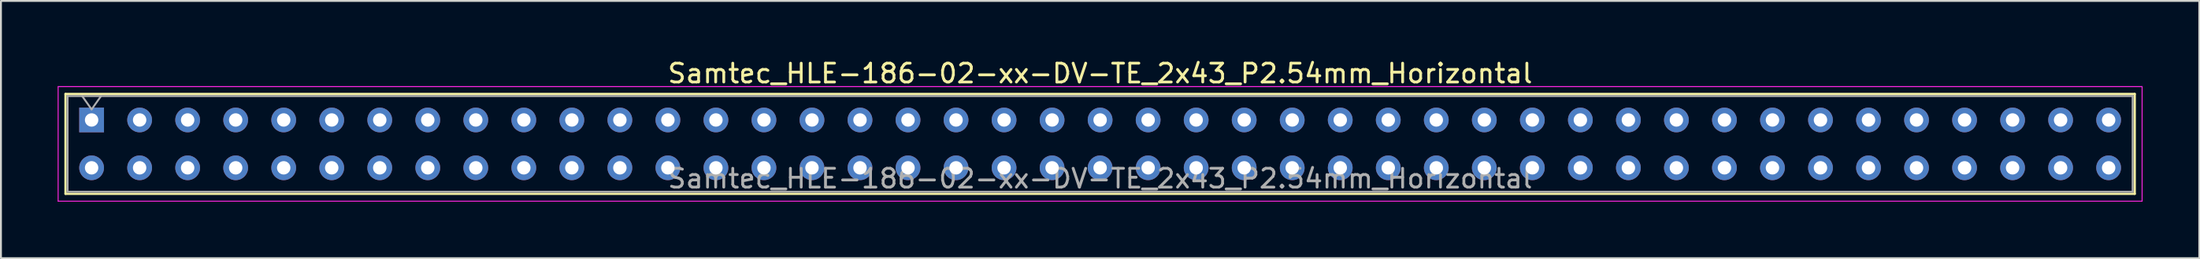
<source format=kicad_pcb>
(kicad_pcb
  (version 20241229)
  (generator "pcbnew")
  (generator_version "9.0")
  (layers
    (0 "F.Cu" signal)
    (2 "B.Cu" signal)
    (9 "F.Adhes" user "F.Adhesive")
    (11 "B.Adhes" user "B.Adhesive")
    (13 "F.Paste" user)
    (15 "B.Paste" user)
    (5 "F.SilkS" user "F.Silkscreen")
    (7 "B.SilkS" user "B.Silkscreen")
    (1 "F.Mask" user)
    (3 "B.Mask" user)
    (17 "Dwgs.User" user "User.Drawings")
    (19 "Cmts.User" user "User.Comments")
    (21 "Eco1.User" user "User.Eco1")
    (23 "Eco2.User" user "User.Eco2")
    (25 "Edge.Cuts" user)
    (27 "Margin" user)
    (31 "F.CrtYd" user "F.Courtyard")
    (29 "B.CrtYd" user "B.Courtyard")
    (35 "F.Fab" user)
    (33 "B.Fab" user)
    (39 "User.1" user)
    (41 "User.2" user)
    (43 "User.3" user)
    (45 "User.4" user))
  (footprint "Samtec_HLE-186-02-xx-DV-TE_2x43_P2.54mm_Horizontal"
    (layer "F.Cu")
    (at 1.795 3.318)
    (property "Reference" "Samtec_HLE-186-02-xx-DV-TE_2x43_P2.54mm_Horizontal" (at 53.34 -2.47 0) (layer "F.SilkS") (effects (font (size 1 1) (thickness 0.15))))
    (attr through_hole)
    (fp_line (start -1.38 -1.38) (end 108.06 -1.38) (stroke (width 0.12) (type solid)) (layer "F.SilkS"))
    (fp_line (start -1.38 3.92) (end -1.38 -1.38) (stroke (width 0.12) (type solid)) (layer "F.SilkS"))
    (fp_line (start 108.06 -1.38) (end 108.06 3.92) (stroke (width 0.12) (type solid)) (layer "F.SilkS"))
    (fp_line (start 108.06 3.92) (end -1.38 3.92) (stroke (width 0.12) (type solid)) (layer "F.SilkS"))
    (fp_line (start -1.77 -1.77) (end 108.45 -1.77) (stroke (width 0.05) (type solid)) (layer "F.CrtYd"))
    (fp_line (start -1.77 4.31) (end -1.77 -1.77) (stroke (width 0.05) (type solid)) (layer "F.CrtYd"))
    (fp_line (start 108.45 -1.77) (end 108.45 4.31) (stroke (width 0.05) (type solid)) (layer "F.CrtYd"))
    (fp_line (start 108.45 4.31) (end -1.77 4.31) (stroke (width 0.05) (type solid)) (layer "F.CrtYd"))
    (fp_line (start -1.27 -1.27) (end 107.95 -1.27) (stroke (width 0.1) (type solid)) (layer "F.Fab"))
    (fp_line (start -1.27 3.81) (end -1.27 -1.27) (stroke (width 0.1) (type solid)) (layer "F.Fab"))
    (fp_line (start -0.5 -1.27) (end 0 -0.563) (stroke (width 0.1) (type solid)) (layer "F.Fab"))
    (fp_line (start 0 -0.563) (end 0.5 -1.27) (stroke (width 0.1) (type solid)) (layer "F.Fab"))
    (fp_line (start 107.95 -1.27) (end 107.95 3.81) (stroke (width 0.1) (type solid)) (layer "F.Fab"))
    (fp_line (start 107.95 3.81) (end -1.27 3.81) (stroke (width 0.1) (type solid)) (layer "F.Fab"))
    (fp_text user "${REFERENCE}" (at 53.34 3.11 0) (layer "F.Fab") (effects (font (size 1 1) (thickness 0.15))))
    (pad "1" thru_hole rect (at 0 0) (size 1.31 1.31) (drill 0.71) (layers "*.Cu" "*.Mask"))
    (pad "2" thru_hole circle (at 0 2.54) (size 1.31 1.31) (drill 0.71) (layers "*.Cu" "*.Mask"))
    (pad "3" thru_hole circle (at 2.54 0) (size 1.31 1.31) (drill 0.71) (layers "*.Cu" "*.Mask"))
    (pad "4" thru_hole circle (at 2.54 2.54) (size 1.31 1.31) (drill 0.71) (layers "*.Cu" "*.Mask"))
    (pad "5" thru_hole circle (at 5.08 0) (size 1.31 1.31) (drill 0.71) (layers "*.Cu" "*.Mask"))
    (pad "6" thru_hole circle (at 5.08 2.54) (size 1.31 1.31) (drill 0.71) (layers "*.Cu" "*.Mask"))
    (pad "7" thru_hole circle (at 7.62 0) (size 1.31 1.31) (drill 0.71) (layers "*.Cu" "*.Mask"))
    (pad "8" thru_hole circle (at 7.62 2.54) (size 1.31 1.31) (drill 0.71) (layers "*.Cu" "*.Mask"))
    (pad "9" thru_hole circle (at 10.16 0) (size 1.31 1.31) (drill 0.71) (layers "*.Cu" "*.Mask"))
    (pad "10" thru_hole circle (at 10.16 2.54) (size 1.31 1.31) (drill 0.71) (layers "*.Cu" "*.Mask"))
    (pad "11" thru_hole circle (at 12.7 0) (size 1.31 1.31) (drill 0.71) (layers "*.Cu" "*.Mask"))
    (pad "12" thru_hole circle (at 12.7 2.54) (size 1.31 1.31) (drill 0.71) (layers "*.Cu" "*.Mask"))
    (pad "13" thru_hole circle (at 15.24 0) (size 1.31 1.31) (drill 0.71) (layers "*.Cu" "*.Mask"))
    (pad "14" thru_hole circle (at 15.24 2.54) (size 1.31 1.31) (drill 0.71) (layers "*.Cu" "*.Mask"))
    (pad "15" thru_hole circle (at 17.78 0) (size 1.31 1.31) (drill 0.71) (layers "*.Cu" "*.Mask"))
    (pad "16" thru_hole circle (at 17.78 2.54) (size 1.31 1.31) (drill 0.71) (layers "*.Cu" "*.Mask"))
    (pad "17" thru_hole circle (at 20.32 0) (size 1.31 1.31) (drill 0.71) (layers "*.Cu" "*.Mask"))
    (pad "18" thru_hole circle (at 20.32 2.54) (size 1.31 1.31) (drill 0.71) (layers "*.Cu" "*.Mask"))
    (pad "19" thru_hole circle (at 22.86 0) (size 1.31 1.31) (drill 0.71) (layers "*.Cu" "*.Mask"))
    (pad "20" thru_hole circle (at 22.86 2.54) (size 1.31 1.31) (drill 0.71) (layers "*.Cu" "*.Mask"))
    (pad "21" thru_hole circle (at 25.4 0) (size 1.31 1.31) (drill 0.71) (layers "*.Cu" "*.Mask"))
    (pad "22" thru_hole circle (at 25.4 2.54) (size 1.31 1.31) (drill 0.71) (layers "*.Cu" "*.Mask"))
    (pad "23" thru_hole circle (at 27.94 0) (size 1.31 1.31) (drill 0.71) (layers "*.Cu" "*.Mask"))
    (pad "24" thru_hole circle (at 27.94 2.54) (size 1.31 1.31) (drill 0.71) (layers "*.Cu" "*.Mask"))
    (pad "25" thru_hole circle (at 30.48 0) (size 1.31 1.31) (drill 0.71) (layers "*.Cu" "*.Mask"))
    (pad "26" thru_hole circle (at 30.48 2.54) (size 1.31 1.31) (drill 0.71) (layers "*.Cu" "*.Mask"))
    (pad "27" thru_hole circle (at 33.02 0) (size 1.31 1.31) (drill 0.71) (layers "*.Cu" "*.Mask"))
    (pad "28" thru_hole circle (at 33.02 2.54) (size 1.31 1.31) (drill 0.71) (layers "*.Cu" "*.Mask"))
    (pad "29" thru_hole circle (at 35.56 0) (size 1.31 1.31) (drill 0.71) (layers "*.Cu" "*.Mask"))
    (pad "30" thru_hole circle (at 35.56 2.54) (size 1.31 1.31) (drill 0.71) (layers "*.Cu" "*.Mask"))
    (pad "31" thru_hole circle (at 38.1 0) (size 1.31 1.31) (drill 0.71) (layers "*.Cu" "*.Mask"))
    (pad "32" thru_hole circle (at 38.1 2.54) (size 1.31 1.31) (drill 0.71) (layers "*.Cu" "*.Mask"))
    (pad "33" thru_hole circle (at 40.64 0) (size 1.31 1.31) (drill 0.71) (layers "*.Cu" "*.Mask"))
    (pad "34" thru_hole circle (at 40.64 2.54) (size 1.31 1.31) (drill 0.71) (layers "*.Cu" "*.Mask"))
    (pad "35" thru_hole circle (at 43.18 0) (size 1.31 1.31) (drill 0.71) (layers "*.Cu" "*.Mask"))
    (pad "36" thru_hole circle (at 43.18 2.54) (size 1.31 1.31) (drill 0.71) (layers "*.Cu" "*.Mask"))
    (pad "37" thru_hole circle (at 45.72 0) (size 1.31 1.31) (drill 0.71) (layers "*.Cu" "*.Mask"))
    (pad "38" thru_hole circle (at 45.72 2.54) (size 1.31 1.31) (drill 0.71) (layers "*.Cu" "*.Mask"))
    (pad "39" thru_hole circle (at 48.26 0) (size 1.31 1.31) (drill 0.71) (layers "*.Cu" "*.Mask"))
    (pad "40" thru_hole circle (at 48.26 2.54) (size 1.31 1.31) (drill 0.71) (layers "*.Cu" "*.Mask"))
    (pad "41" thru_hole circle (at 50.8 0) (size 1.31 1.31) (drill 0.71) (layers "*.Cu" "*.Mask"))
    (pad "42" thru_hole circle (at 50.8 2.54) (size 1.31 1.31) (drill 0.71) (layers "*.Cu" "*.Mask"))
    (pad "43" thru_hole circle (at 53.34 0) (size 1.31 1.31) (drill 0.71) (layers "*.Cu" "*.Mask"))
    (pad "44" thru_hole circle (at 53.34 2.54) (size 1.31 1.31) (drill 0.71) (layers "*.Cu" "*.Mask"))
    (pad "45" thru_hole circle (at 55.88 0) (size 1.31 1.31) (drill 0.71) (layers "*.Cu" "*.Mask"))
    (pad "46" thru_hole circle (at 55.88 2.54) (size 1.31 1.31) (drill 0.71) (layers "*.Cu" "*.Mask"))
    (pad "47" thru_hole circle (at 58.42 0) (size 1.31 1.31) (drill 0.71) (layers "*.Cu" "*.Mask"))
    (pad "48" thru_hole circle (at 58.42 2.54) (size 1.31 1.31) (drill 0.71) (layers "*.Cu" "*.Mask"))
    (pad "49" thru_hole circle (at 60.96 0) (size 1.31 1.31) (drill 0.71) (layers "*.Cu" "*.Mask"))
    (pad "50" thru_hole circle (at 60.96 2.54) (size 1.31 1.31) (drill 0.71) (layers "*.Cu" "*.Mask"))
    (pad "51" thru_hole circle (at 63.5 0) (size 1.31 1.31) (drill 0.71) (layers "*.Cu" "*.Mask"))
    (pad "52" thru_hole circle (at 63.5 2.54) (size 1.31 1.31) (drill 0.71) (layers "*.Cu" "*.Mask"))
    (pad "53" thru_hole circle (at 66.04 0) (size 1.31 1.31) (drill 0.71) (layers "*.Cu" "*.Mask"))
    (pad "54" thru_hole circle (at 66.04 2.54) (size 1.31 1.31) (drill 0.71) (layers "*.Cu" "*.Mask"))
    (pad "55" thru_hole circle (at 68.58 0) (size 1.31 1.31) (drill 0.71) (layers "*.Cu" "*.Mask"))
    (pad "56" thru_hole circle (at 68.58 2.54) (size 1.31 1.31) (drill 0.71) (layers "*.Cu" "*.Mask"))
    (pad "57" thru_hole circle (at 71.12 0) (size 1.31 1.31) (drill 0.71) (layers "*.Cu" "*.Mask"))
    (pad "58" thru_hole circle (at 71.12 2.54) (size 1.31 1.31) (drill 0.71) (layers "*.Cu" "*.Mask"))
    (pad "59" thru_hole circle (at 73.66 0) (size 1.31 1.31) (drill 0.71) (layers "*.Cu" "*.Mask"))
    (pad "60" thru_hole circle (at 73.66 2.54) (size 1.31 1.31) (drill 0.71) (layers "*.Cu" "*.Mask"))
    (pad "61" thru_hole circle (at 76.2 0) (size 1.31 1.31) (drill 0.71) (layers "*.Cu" "*.Mask"))
    (pad "62" thru_hole circle (at 76.2 2.54) (size 1.31 1.31) (drill 0.71) (layers "*.Cu" "*.Mask"))
    (pad "63" thru_hole circle (at 78.74 0) (size 1.31 1.31) (drill 0.71) (layers "*.Cu" "*.Mask"))
    (pad "64" thru_hole circle (at 78.74 2.54) (size 1.31 1.31) (drill 0.71) (layers "*.Cu" "*.Mask"))
    (pad "65" thru_hole circle (at 81.28 0) (size 1.31 1.31) (drill 0.71) (layers "*.Cu" "*.Mask"))
    (pad "66" thru_hole circle (at 81.28 2.54) (size 1.31 1.31) (drill 0.71) (layers "*.Cu" "*.Mask"))
    (pad "67" thru_hole circle (at 83.82 0) (size 1.31 1.31) (drill 0.71) (layers "*.Cu" "*.Mask"))
    (pad "68" thru_hole circle (at 83.82 2.54) (size 1.31 1.31) (drill 0.71) (layers "*.Cu" "*.Mask"))
    (pad "69" thru_hole circle (at 86.36 0) (size 1.31 1.31) (drill 0.71) (layers "*.Cu" "*.Mask"))
    (pad "70" thru_hole circle (at 86.36 2.54) (size 1.31 1.31) (drill 0.71) (layers "*.Cu" "*.Mask"))
    (pad "71" thru_hole circle (at 88.9 0) (size 1.31 1.31) (drill 0.71) (layers "*.Cu" "*.Mask"))
    (pad "72" thru_hole circle (at 88.9 2.54) (size 1.31 1.31) (drill 0.71) (layers "*.Cu" "*.Mask"))
    (pad "73" thru_hole circle (at 91.44 0) (size 1.31 1.31) (drill 0.71) (layers "*.Cu" "*.Mask"))
    (pad "74" thru_hole circle (at 91.44 2.54) (size 1.31 1.31) (drill 0.71) (layers "*.Cu" "*.Mask"))
    (pad "75" thru_hole circle (at 93.98 0) (size 1.31 1.31) (drill 0.71) (layers "*.Cu" "*.Mask"))
    (pad "76" thru_hole circle (at 93.98 2.54) (size 1.31 1.31) (drill 0.71) (layers "*.Cu" "*.Mask"))
    (pad "77" thru_hole circle (at 96.52 0) (size 1.31 1.31) (drill 0.71) (layers "*.Cu" "*.Mask"))
    (pad "78" thru_hole circle (at 96.52 2.54) (size 1.31 1.31) (drill 0.71) (layers "*.Cu" "*.Mask"))
    (pad "79" thru_hole circle (at 99.06 0) (size 1.31 1.31) (drill 0.71) (layers "*.Cu" "*.Mask"))
    (pad "80" thru_hole circle (at 99.06 2.54) (size 1.31 1.31) (drill 0.71) (layers "*.Cu" "*.Mask"))
    (pad "81" thru_hole circle (at 101.6 0) (size 1.31 1.31) (drill 0.71) (layers "*.Cu" "*.Mask"))
    (pad "82" thru_hole circle (at 101.6 2.54) (size 1.31 1.31) (drill 0.71) (layers "*.Cu" "*.Mask"))
    (pad "83" thru_hole circle (at 104.14 0) (size 1.31 1.31) (drill 0.71) (layers "*.Cu" "*.Mask"))
    (pad "84" thru_hole circle (at 104.14 2.54) (size 1.31 1.31) (drill 0.71) (layers "*.Cu" "*.Mask"))
    (pad "85" thru_hole circle (at 106.68 0) (size 1.31 1.31) (drill 0.71) (layers "*.Cu" "*.Mask"))
    (pad "86" thru_hole circle (at 106.68 2.54) (size 1.31 1.31) (drill 0.71) (layers "*.Cu" "*.Mask")))
  (gr_rect
    (start -3 -3)
    (end 113.27 10.653)
    (stroke (width 0.1) (type default))
    (fill no)
    (layer "Edge.Cuts")))
</source>
